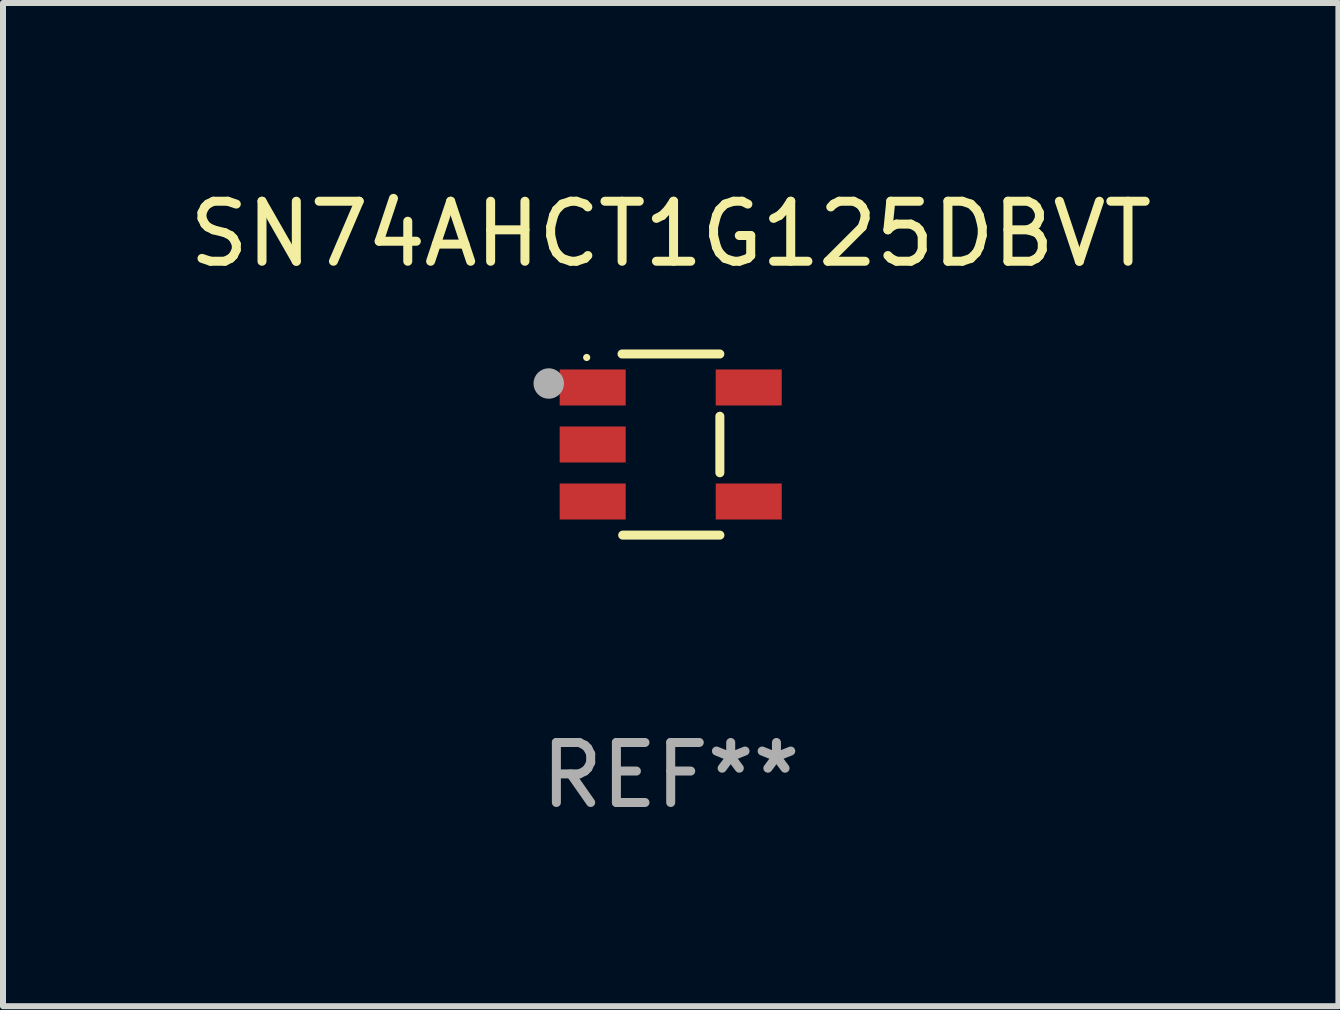
<source format=kicad_pcb>
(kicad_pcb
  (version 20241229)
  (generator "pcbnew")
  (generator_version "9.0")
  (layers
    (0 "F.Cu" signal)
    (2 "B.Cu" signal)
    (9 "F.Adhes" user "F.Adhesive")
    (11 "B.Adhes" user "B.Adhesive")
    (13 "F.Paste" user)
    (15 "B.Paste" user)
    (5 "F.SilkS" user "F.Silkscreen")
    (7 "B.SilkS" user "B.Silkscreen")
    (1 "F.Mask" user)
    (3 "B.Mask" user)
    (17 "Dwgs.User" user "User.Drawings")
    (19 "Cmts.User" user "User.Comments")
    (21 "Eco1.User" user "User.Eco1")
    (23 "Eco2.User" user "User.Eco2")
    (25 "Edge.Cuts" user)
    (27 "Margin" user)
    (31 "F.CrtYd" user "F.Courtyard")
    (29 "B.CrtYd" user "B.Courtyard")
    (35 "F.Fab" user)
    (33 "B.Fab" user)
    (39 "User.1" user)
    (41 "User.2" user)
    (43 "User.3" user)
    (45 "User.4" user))
  (footprint "SN74AHCT1G125DBVT"
    (layer "F.Cu")
    (at 8.125 4.357)
    (property "Reference" "SN74AHCT1G125DBVT" (at 0 -3.509 0) (layer "F.SilkS") (effects (font (size 1 1) (thickness 0.15))))
    (attr through_hole)
    (fp_line (start -0.811 -1.509) (end 0.819 -1.509) (stroke (width 0.15) (type solid)) (layer "F.SilkS"))
    (fp_line (start -0.8 1.509) (end 0.82 1.509) (stroke (width 0.15) (type solid)) (layer "F.SilkS"))
    (fp_line (start 0.819 -0.472) (end 0.819 0.47) (stroke (width 0.15) (type solid)) (layer "F.SilkS"))
    (fp_circle (center -1.4 -1.451) (end -1.37 -1.451) (stroke (width 0.06) (type solid)) (fill no) (layer "F.SilkS"))
    (fp_circle (center -2.032 -1.017) (end -1.905 -1.017) (stroke (width 0.254) (type solid)) (fill no) (layer "F.Fab"))
    (fp_text user "REF**" (at 0 5.509 0) (layer "F.Fab") (effects (font (size 1 1) (thickness 0.15))))
    (pad "1" smd rect (at -1.3 -0.951) (size 1.1 0.6) (layers "F.Cu" "F.Mask" "F.Paste"))
    (pad "2" smd rect (at -1.3 -0.001) (size 1.1 0.6) (layers "F.Cu" "F.Mask" "F.Paste"))
    (pad "3" smd rect (at -1.3 0.949) (size 1.1 0.6) (layers "F.Cu" "F.Mask" "F.Paste"))
    (pad "4" smd rect (at 1.3 0.949) (size 1.1 0.6) (layers "F.Cu" "F.Mask" "F.Paste"))
    (pad "5" smd rect (at 1.3 -0.951) (size 1.1 0.6) (layers "F.Cu" "F.Mask" "F.Paste")))
  (gr_rect
    (start -3 -3)
    (end 19.25 13.715)
    (stroke (width 0.1) (type default))
    (fill no)
    (layer "Edge.Cuts")))
</source>
